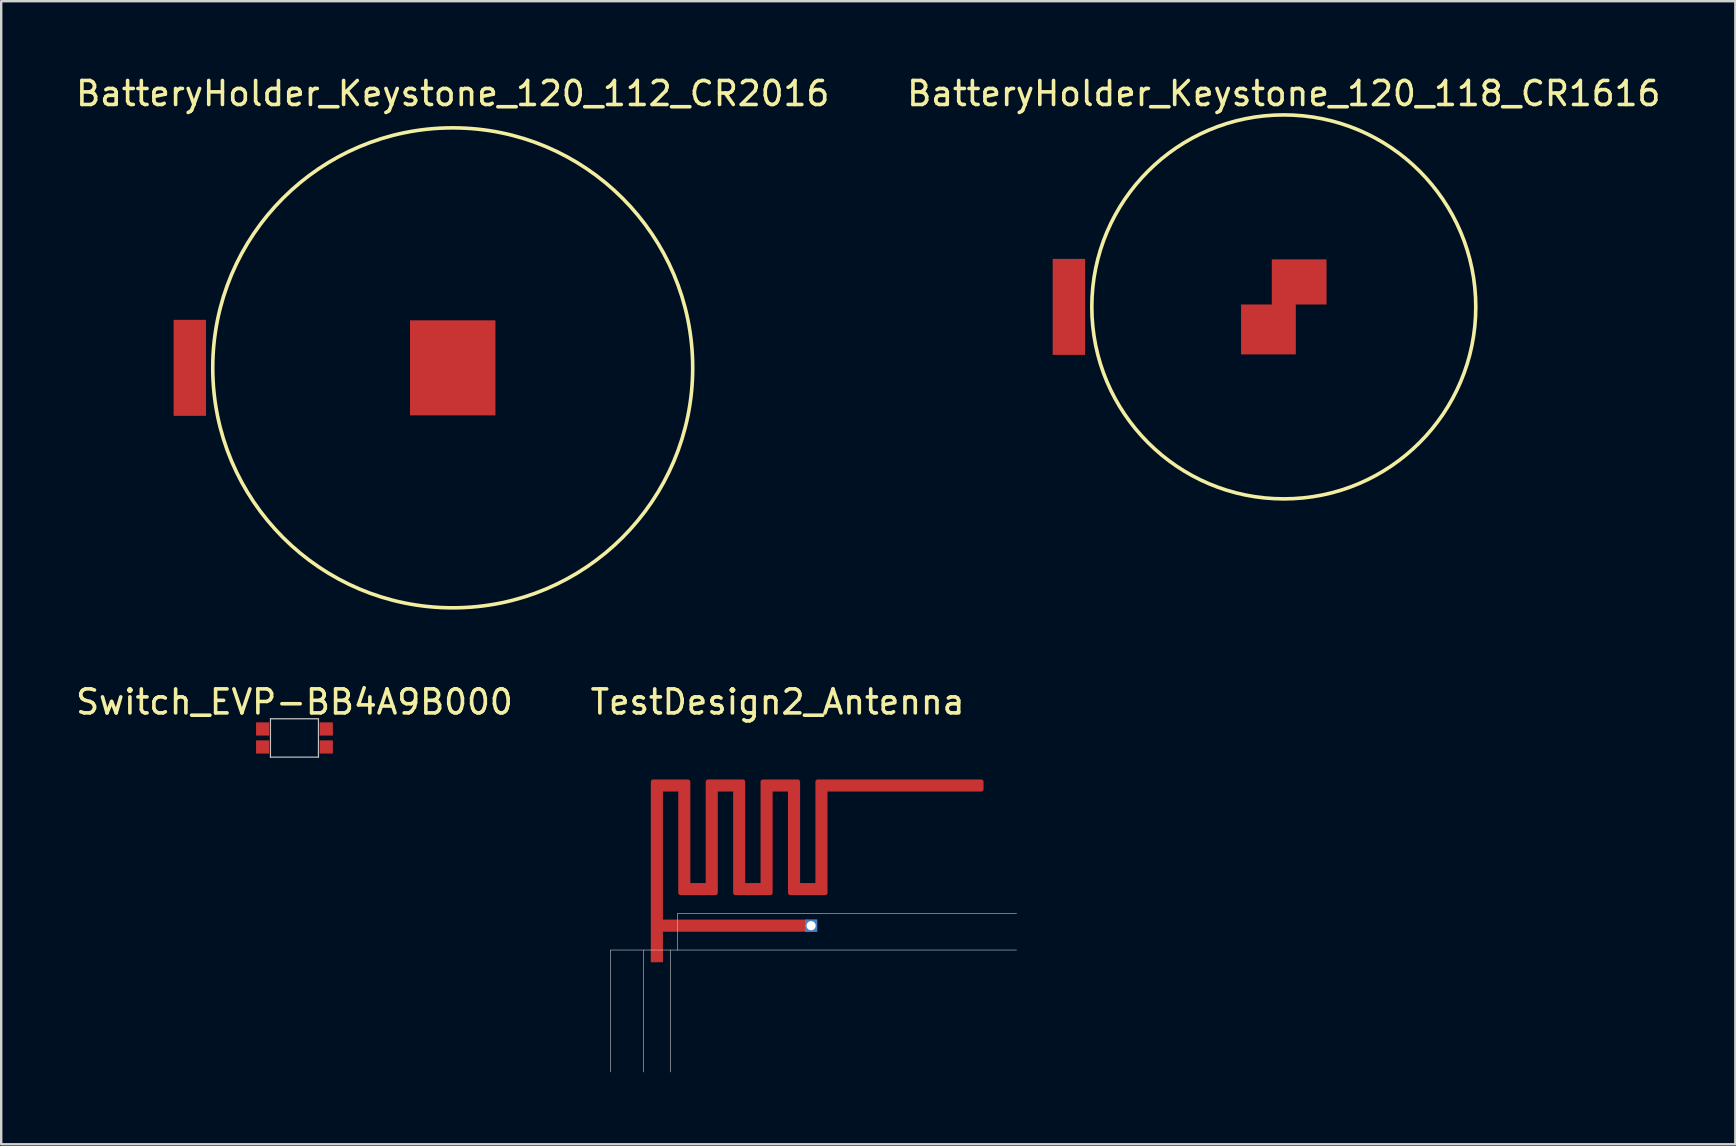
<source format=kicad_pcb>
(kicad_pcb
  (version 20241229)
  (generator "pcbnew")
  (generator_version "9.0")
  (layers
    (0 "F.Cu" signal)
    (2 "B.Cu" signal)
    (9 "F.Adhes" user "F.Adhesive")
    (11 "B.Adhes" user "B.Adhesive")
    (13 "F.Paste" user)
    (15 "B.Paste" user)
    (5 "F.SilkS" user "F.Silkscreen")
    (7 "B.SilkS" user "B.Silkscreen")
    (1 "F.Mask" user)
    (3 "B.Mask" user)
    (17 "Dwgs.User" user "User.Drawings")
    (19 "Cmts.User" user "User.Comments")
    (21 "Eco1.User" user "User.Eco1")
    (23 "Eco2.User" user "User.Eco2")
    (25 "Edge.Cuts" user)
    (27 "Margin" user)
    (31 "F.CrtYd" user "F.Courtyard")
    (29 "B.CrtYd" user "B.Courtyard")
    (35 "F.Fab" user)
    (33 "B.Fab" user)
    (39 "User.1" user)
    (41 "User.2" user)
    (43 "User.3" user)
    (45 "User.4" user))
  (footprint "BatteryHolder_Keystone_120_112_CR2016"
    (layer "F.Cu")
    (at 15.815 12.278)
    (property "Reference" "BatteryHolder_Keystone_120_112_CR2016" (at 0 -11.43 0) (layer "F.SilkS") (effects (font (size 1 1) (thickness 0.15))))
    (attr through_hole)
    (fp_circle (center 0 0) (end 10 0) (stroke (width 0.15) (type solid)) (fill no) (layer "F.SilkS"))
    (pad "1" smd rect (at 0 0) (size 3.56 3.96) (layers "F.Cu" "F.Mask" "F.Paste"))
    (pad "2" smd rect (at -10.955 0) (size 1.35 4) (layers "F.Cu" "F.Mask" "F.Paste")))
  (footprint "BatteryHolder_Keystone_120_118_CR1616"
    (layer "F.Cu")
    (at 50.446 9.738)
    (property "Reference" "BatteryHolder_Keystone_120_118_CR1616" (at 0 -8.89 0) (layer "F.SilkS") (effects (font (size 1 1) (thickness 0.15))))
    (attr through_hole)
    (fp_circle (center 0 0) (end 8 0) (stroke (width 0.15) (type solid)) (fill no) (layer "F.SilkS"))
    (pad "1" smd rect (at -8.955 0) (size 1.35 4) (layers "F.Cu" "F.Mask" "F.Paste"))
    (pad "2" smd custom (at -0.64 0.94) (size 2.28 2.08) (layers "F.Cu" "F.Mask" "F.Paste") (options (anchor rect)) (primitives (gr_poly (pts (xy 0.14 -1.04) (xy 2.42 -1.04) (xy 2.42 -2.92) (xy 0.14 -2.92)) (width 0) (fill yes)))))
  (footprint "TestDesign2_Antenna"
    (layer "F.Cu")
    (at 24.068 36.539)
    (property "Reference" "TestDesign2_Antenna" (at 5.283 -10.338 0) (layer "F.SilkS") (effects (font (size 1 1) (thickness 0.15))))
    (attr through_hole)
    (fp_poly (pts (xy 0.508 -1.168) (xy 6.426 -1.168) (xy 6.426 -0.864) (xy 0.508 -0.864)) (stroke (width 0.2) (type solid)) (fill yes) (layer "F.Cu"))
    (fp_poly (pts (xy 0.102 0) (xy 0.102 -7.01) (xy 1.549 -7.01) (xy 1.549 -2.794) (xy 1.549 -2.692) (xy 2.388 -2.692) (xy 2.388 -7.01) (xy 3.835 -7.01) (xy 3.835 -2.692) (xy 4.674 -2.692) (xy 4.674 -7.01) (xy 6.121 -7.01) (xy 6.121 -2.692) (xy 6.96 -2.692) (xy 6.96 -7.01) (xy 13.767 -7.01) (xy 13.767 -6.706) (xy 7.264 -6.706) (xy 7.264 -2.388) (xy 5.817 -2.388) (xy 5.817 -6.706) (xy 4.978 -6.706) (xy 4.978 -2.388) (xy 3.531 -2.388) (xy 3.531 -6.706) (xy 2.692 -6.706) (xy 2.692 -2.388) (xy 1.245 -2.388) (xy 1.245 -6.706) (xy 0.406 -6.706) (xy 0.406 0)) (stroke (width 0.2) (type solid)) (fill yes) (layer "F.Cu"))
    (fp_line (start -1.676 0) (end -1.676 5.08) (stroke (width 0.025) (type solid)) (layer "Dwgs.User"))
    (fp_line (start -0.305 0) (end -0.305 5.08) (stroke (width 0.025) (type solid)) (layer "Dwgs.User"))
    (fp_line (start 0.813 0) (end 0.813 5.08) (stroke (width 0.025) (type solid)) (layer "Dwgs.User"))
    (fp_line (start 1.118 -1.524) (end 15.24 -1.524) (stroke (width 0.025) (type solid)) (layer "Dwgs.User"))
    (fp_line (start 1.118 0) (end -1.676 0) (stroke (width 0.025) (type solid)) (layer "Dwgs.User"))
    (fp_line (start 1.118 0) (end 1.118 -1.524) (stroke (width 0.025) (type solid)) (layer "Dwgs.User"))
    (fp_line (start 1.118 0) (end 15.24 0) (stroke (width 0.025) (type solid)) (layer "Dwgs.User"))
    (pad "1" smd rect (at 0.254 0.254) (size 0.508 0.508) (layers "F.Cu" "F.Mask" "F.Paste"))
    (pad "2" thru_hole rect (at 6.68 -1.016) (size 0.508 0.508) (drill 0.381) (layers "*.Cu" "*.Mask")))
  (footprint "Switch_EVP-BB4A9B000"
    (layer "F.Cu")
    (at 9.22 27.701)
    (property "Reference" "Switch_EVP-BB4A9B000" (at 0 -1.5 0) (layer "F.SilkS") (effects (font (size 1 1) (thickness 0.15))))
    (attr through_hole)
    (fp_line (start -1 -0.8) (end 1 -0.8) (stroke (width 0.05) (type solid)) (layer "Dwgs.User"))
    (fp_line (start -1 0.8) (end -1 -0.8) (stroke (width 0.05) (type solid)) (layer "Dwgs.User"))
    (fp_line (start 1 0.8) (end -1 0.8) (stroke (width 0.05) (type solid)) (layer "Dwgs.User"))
    (fp_line (start 1 0.8) (end 1 -0.8) (stroke (width 0.05) (type solid)) (layer "Dwgs.User"))
    (pad "1" smd rect (at -1.325 -0.375) (size 0.55 0.55) (layers "F.Cu" "F.Mask" "F.Paste"))
    (pad "1" smd rect (at -1.325 0.375) (size 0.55 0.55) (layers "F.Cu" "F.Mask" "F.Paste"))
    (pad "2" smd rect (at 1.325 -0.375) (size 0.55 0.55) (layers "F.Cu" "F.Mask" "F.Paste"))
    (pad "2" smd rect (at 1.325 0.375) (size 0.55 0.55) (layers "F.Cu" "F.Mask" "F.Paste")))
  (gr_rect
    (start -3 -3)
    (end 69.262 44.632)
    (stroke (width 0.1) (type default))
    (fill no)
    (layer "Edge.Cuts")))
</source>
